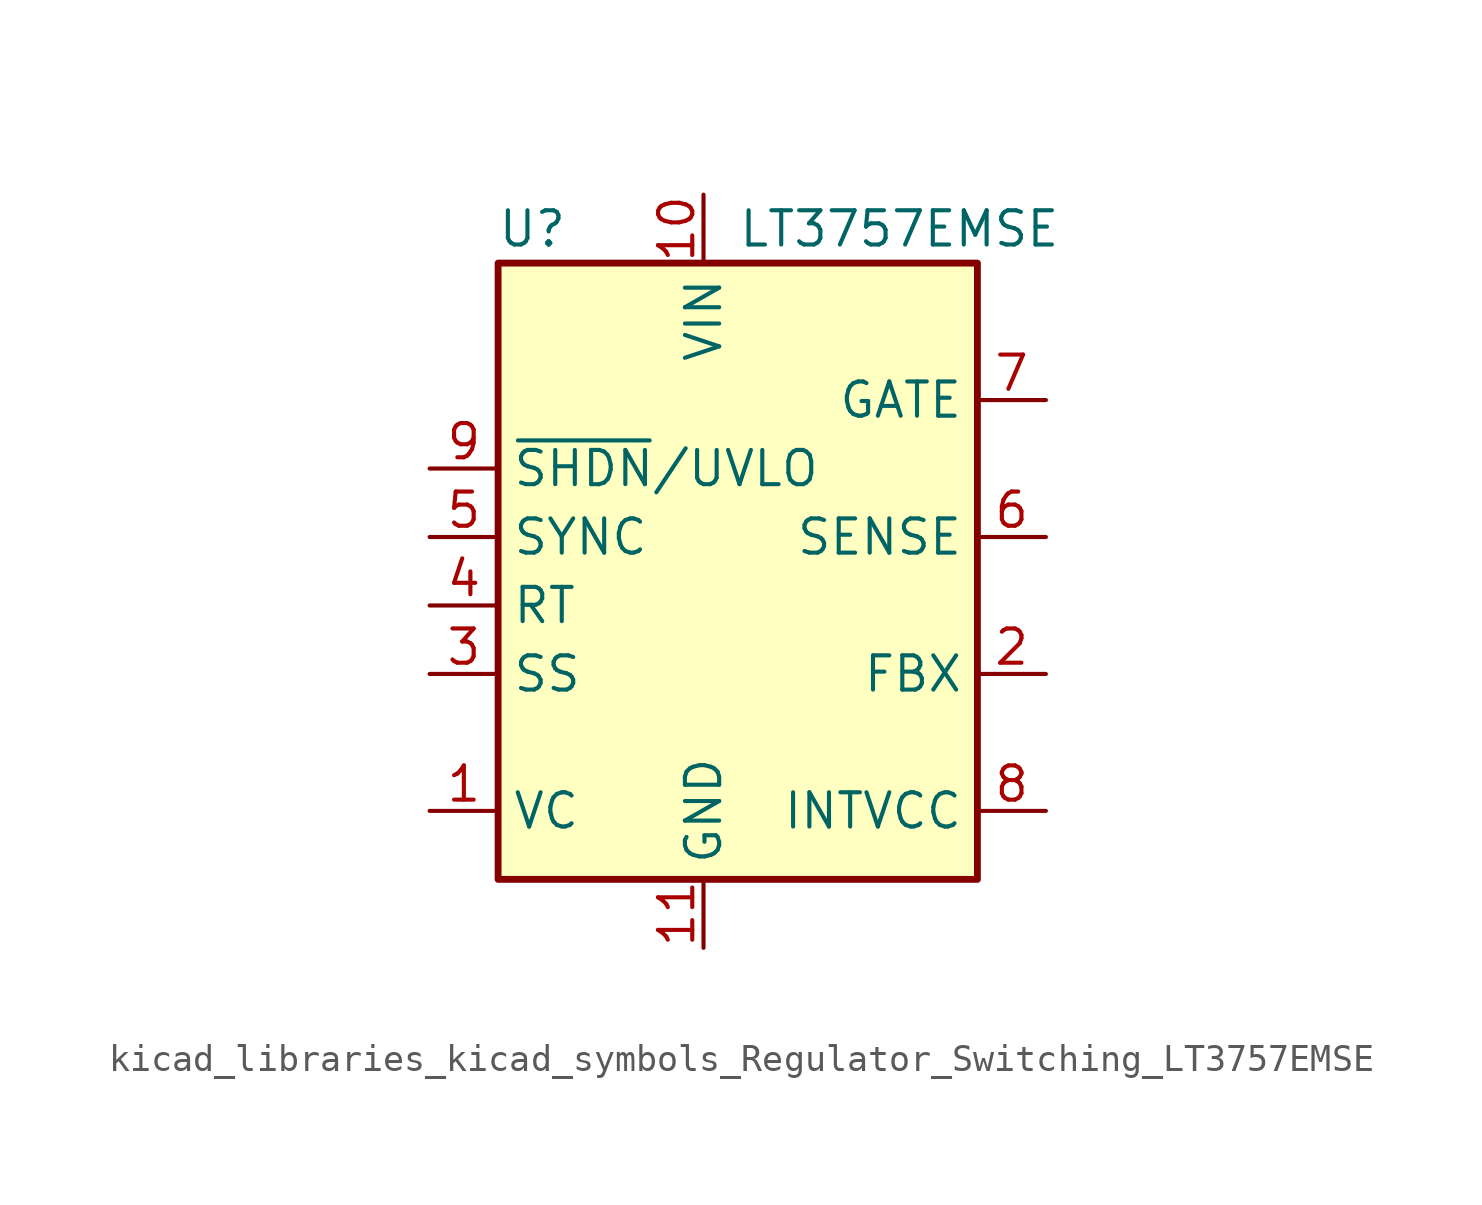
<source format=kicad_sym>
(kicad_symbol_lib
  (version 20220914)
  (generator kicad_symbol_editor)
  (symbol "kicad_libraries_kicad_symbols_Regulator_Switching_LT3757EMSE"
    (property "Reference" "U"
      (at -6.35 11.43 0)
      (effects (font (size 1.27 1.27))))
    (property "Value" "LT3757EMSE"
      (at 1.27 11.43 0)
      (effects (font (size 1.27 1.27)) (justify left)))
    (symbol "kicad_libraries_kicad_symbols_Regulator_Switching_LT3757EMSE_0_1"
      (rectangle (start -7.62 10.16) (end 10.16 -12.7) (stroke (width 0.254) (type default)) (fill (type background))))
    (symbol "kicad_libraries_kicad_symbols_Regulator_Switching_LT3757EMSE_1_1"
      (pin input line (at -10.16 -10.16 0) (length 2.54) (name "VC" (effects (font (size 1.27 1.27)))) (number "1" (effects (font (size 1.27 1.27)))))
      (pin power_in line (at 0 12.7 270) (length 2.54) (name "VIN" (effects (font (size 1.27 1.27)))) (number "10" (effects (font (size 1.27 1.27)))))
      (pin power_in line (at 0 -15.24 90) (length 2.54) (name "GND" (effects (font (size 1.27 1.27)))) (number "11" (effects (font (size 1.27 1.27)))))
      (pin input line (at 12.7 -5.08 180) (length 2.54) (name "FBX" (effects (font (size 1.27 1.27)))) (number "2" (effects (font (size 1.27 1.27)))))
      (pin input line (at -10.16 -5.08 0) (length 2.54) (name "SS" (effects (font (size 1.27 1.27)))) (number "3" (effects (font (size 1.27 1.27)))))
      (pin input line (at -10.16 -2.54 0) (length 2.54) (name "RT" (effects (font (size 1.27 1.27)))) (number "4" (effects (font (size 1.27 1.27)))))
      (pin input line (at -10.16 0 0) (length 2.54) (name "SYNC" (effects (font (size 1.27 1.27)))) (number "5" (effects (font (size 1.27 1.27)))))
      (pin input line (at 12.7 0 180) (length 2.54) (name "SENSE" (effects (font (size 1.27 1.27)))) (number "6" (effects (font (size 1.27 1.27)))))
      (pin output line (at 12.7 5.08 180) (length 2.54) (name "GATE" (effects (font (size 1.27 1.27)))) (number "7" (effects (font (size 1.27 1.27)))))
      (pin output line (at 12.7 -10.16 180) (length 2.54) (name "INTVCC" (effects (font (size 1.27 1.27)))) (number "8" (effects (font (size 1.27 1.27)))))
      (pin input line (at -10.16 2.54 0) (length 2.54) (name "~{SHDN}/UVLO" (effects (font (size 1.27 1.27)))) (number "9" (effects (font (size 1.27 1.27))))))))
</source>
